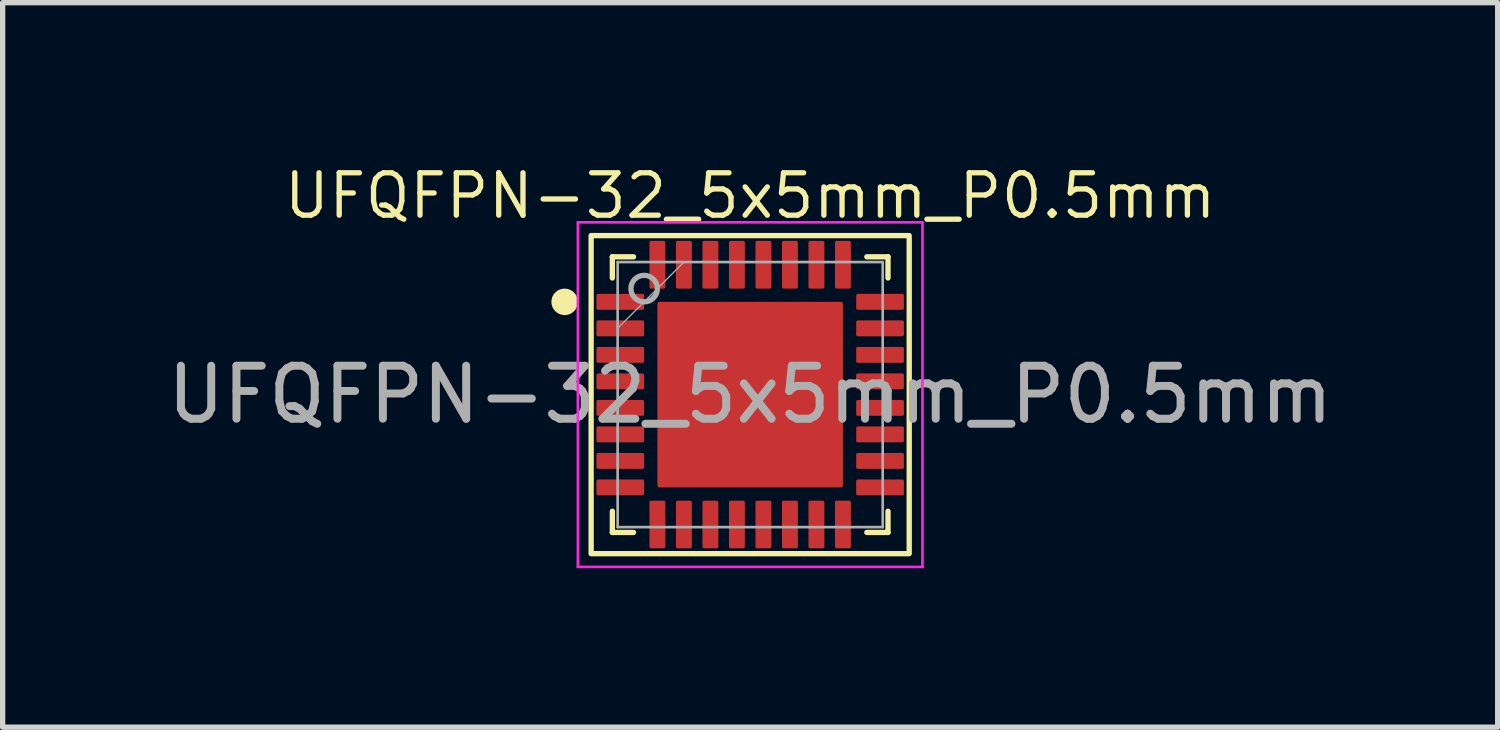
<source format=kicad_pcb>
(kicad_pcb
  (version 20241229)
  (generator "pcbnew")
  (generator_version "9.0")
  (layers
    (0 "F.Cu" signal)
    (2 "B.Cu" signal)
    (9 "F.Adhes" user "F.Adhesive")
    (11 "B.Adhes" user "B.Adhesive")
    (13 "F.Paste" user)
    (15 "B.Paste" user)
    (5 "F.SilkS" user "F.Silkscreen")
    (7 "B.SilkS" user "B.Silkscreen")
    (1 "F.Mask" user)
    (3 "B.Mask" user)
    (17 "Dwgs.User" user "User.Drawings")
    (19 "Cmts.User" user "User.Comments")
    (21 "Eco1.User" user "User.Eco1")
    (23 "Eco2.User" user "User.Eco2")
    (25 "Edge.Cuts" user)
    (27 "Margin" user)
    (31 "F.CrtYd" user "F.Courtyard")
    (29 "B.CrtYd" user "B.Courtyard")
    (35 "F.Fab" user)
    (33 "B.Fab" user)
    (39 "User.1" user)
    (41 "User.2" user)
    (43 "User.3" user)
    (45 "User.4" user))
  (footprint "UFQFPN-32_5x5mm_P0.5mm"
    (layer "F.Cu")
    (at 11.101 4.394)
    (property "Reference" "UFQFPN-32_5x5mm_P0.5mm" (at 0 -3.75 0) (unlocked yes) (layer "F.SilkS") (effects (font (size 0.8 0.8) (thickness 0.1))))
    (attr smd)
    (fp_line (start -2.6 -2.6) (end -2.6 -2.2) (stroke (width 0.1) (type solid)) (layer "F.SilkS"))
    (fp_line (start -2.6 2.2) (end -2.6 2.6) (stroke (width 0.1) (type solid)) (layer "F.SilkS"))
    (fp_line (start -2.6 2.6) (end -2.2 2.6) (stroke (width 0.1) (type solid)) (layer "F.SilkS"))
    (fp_line (start -2.2 -2.6) (end -2.6 -2.6) (stroke (width 0.1) (type solid)) (layer "F.SilkS"))
    (fp_line (start 2.2 2.6) (end 2.6 2.6) (stroke (width 0.1) (type solid)) (layer "F.SilkS"))
    (fp_line (start 2.6 -2.6) (end 2.2 -2.6) (stroke (width 0.1) (type solid)) (layer "F.SilkS"))
    (fp_line (start 2.6 -2.2) (end 2.6 -2.6) (stroke (width 0.1) (type solid)) (layer "F.SilkS"))
    (fp_line (start 2.6 2.6) (end 2.6 2.2) (stroke (width 0.1) (type solid)) (layer "F.SilkS"))
    (fp_rect (start -3 -3) (end 3 3) (stroke (width 0.1) (type solid)) (fill no) (layer "F.SilkS"))
    (fp_circle (center -3.5 -1.75) (end -3.25 -1.75) (stroke (width 0) (type solid)) (fill yes) (layer "F.SilkS"))
    (fp_poly (pts (xy -1.628 -1.628) (xy -1.628 -0.125) (xy -0.125 -0.125) (xy -0.125 -1.628)) (stroke (width 0) (type solid)) (fill yes) (layer "F.Paste"))
    (fp_poly (pts (xy -1.628 0.125) (xy -1.628 1.628) (xy -0.125 1.628) (xy -0.125 0.125)) (stroke (width 0) (type solid)) (fill yes) (layer "F.Paste"))
    (fp_poly (pts (xy 0.125 -1.628) (xy 0.125 -0.125) (xy 1.628 -0.125) (xy 1.628 -1.628)) (stroke (width 0) (type solid)) (fill yes) (layer "F.Paste"))
    (fp_poly (pts (xy 0.15 0.125) (xy 0.15 1.628) (xy 1.628 1.628) (xy 1.628 0.125)) (stroke (width 0) (type solid)) (fill yes) (layer "F.Paste"))
    (fp_line (start -3.25 -3.25) (end 3.25 -3.25) (stroke (width 0.05) (type solid)) (layer "F.CrtYd"))
    (fp_line (start -3.25 3.25) (end -3.25 -3.25) (stroke (width 0.05) (type solid)) (layer "F.CrtYd"))
    (fp_line (start 3.25 -3.25) (end 3.25 3.25) (stroke (width 0.05) (type solid)) (layer "F.CrtYd"))
    (fp_line (start 3.25 3.25) (end -3.25 3.25) (stroke (width 0.05) (type solid)) (layer "F.CrtYd"))
    (fp_line (start -2.502 -2.502) (end -2.502 -2.502) (stroke (width 0.025) (type solid)) (layer "F.Fab"))
    (fp_line (start -2.502 -1.89) (end -2.502 -1.89) (stroke (width 0.025) (type solid)) (layer "F.Fab"))
    (fp_line (start -2.502 -1.89) (end -2.502 -1.611) (stroke (width 0.025) (type solid)) (layer "F.Fab"))
    (fp_line (start -2.502 -1.611) (end -2.502 -1.89) (stroke (width 0.025) (type solid)) (layer "F.Fab"))
    (fp_line (start -2.502 -1.611) (end -2.502 -1.611) (stroke (width 0.025) (type solid)) (layer "F.Fab"))
    (fp_line (start -2.502 -1.39) (end -2.502 -1.39) (stroke (width 0.025) (type solid)) (layer "F.Fab"))
    (fp_line (start -2.502 -1.39) (end -2.502 -1.111) (stroke (width 0.025) (type solid)) (layer "F.Fab"))
    (fp_line (start -2.502 -1.111) (end -2.502 -1.39) (stroke (width 0.025) (type solid)) (layer "F.Fab"))
    (fp_line (start -2.502 -1.111) (end -2.502 -1.111) (stroke (width 0.025) (type solid)) (layer "F.Fab"))
    (fp_line (start -2.502 -0.89) (end -2.502 -0.89) (stroke (width 0.025) (type solid)) (layer "F.Fab"))
    (fp_line (start -2.502 -0.89) (end -2.502 -0.61) (stroke (width 0.025) (type solid)) (layer "F.Fab"))
    (fp_line (start -2.502 -0.61) (end -2.502 -0.89) (stroke (width 0.025) (type solid)) (layer "F.Fab"))
    (fp_line (start -2.502 -0.61) (end -2.502 -0.61) (stroke (width 0.025) (type solid)) (layer "F.Fab"))
    (fp_line (start -2.502 -0.39) (end -2.502 -0.39) (stroke (width 0.025) (type solid)) (layer "F.Fab"))
    (fp_line (start -2.502 -0.39) (end -2.502 -0.11) (stroke (width 0.025) (type solid)) (layer "F.Fab"))
    (fp_line (start -2.502 -0.11) (end -2.502 -0.39) (stroke (width 0.025) (type solid)) (layer "F.Fab"))
    (fp_line (start -2.502 -0.11) (end -2.502 -0.11) (stroke (width 0.025) (type solid)) (layer "F.Fab"))
    (fp_line (start -2.502 0.11) (end -2.502 0.11) (stroke (width 0.025) (type solid)) (layer "F.Fab"))
    (fp_line (start -2.502 0.11) (end -2.502 0.39) (stroke (width 0.025) (type solid)) (layer "F.Fab"))
    (fp_line (start -2.502 0.39) (end -2.502 0.11) (stroke (width 0.025) (type solid)) (layer "F.Fab"))
    (fp_line (start -2.502 0.39) (end -2.502 0.39) (stroke (width 0.025) (type solid)) (layer "F.Fab"))
    (fp_line (start -2.502 0.61) (end -2.502 0.61) (stroke (width 0.025) (type solid)) (layer "F.Fab"))
    (fp_line (start -2.502 0.61) (end -2.502 0.89) (stroke (width 0.025) (type solid)) (layer "F.Fab"))
    (fp_line (start -2.502 0.89) (end -2.502 0.61) (stroke (width 0.025) (type solid)) (layer "F.Fab"))
    (fp_line (start -2.502 0.89) (end -2.502 0.89) (stroke (width 0.025) (type solid)) (layer "F.Fab"))
    (fp_line (start -2.502 1.111) (end -2.502 1.111) (stroke (width 0.025) (type solid)) (layer "F.Fab"))
    (fp_line (start -2.502 1.111) (end -2.502 1.39) (stroke (width 0.025) (type solid)) (layer "F.Fab"))
    (fp_line (start -2.502 1.39) (end -2.502 1.111) (stroke (width 0.025) (type solid)) (layer "F.Fab"))
    (fp_line (start -2.502 1.39) (end -2.502 1.39) (stroke (width 0.025) (type solid)) (layer "F.Fab"))
    (fp_line (start -2.502 1.611) (end -2.502 1.611) (stroke (width 0.025) (type solid)) (layer "F.Fab"))
    (fp_line (start -2.502 1.611) (end -2.502 1.89) (stroke (width 0.025) (type solid)) (layer "F.Fab"))
    (fp_line (start -2.502 1.89) (end -2.502 1.611) (stroke (width 0.025) (type solid)) (layer "F.Fab"))
    (fp_line (start -2.502 1.89) (end -2.502 1.89) (stroke (width 0.025) (type solid)) (layer "F.Fab"))
    (fp_line (start -2.502 2.502) (end -2.502 2.502) (stroke (width 0.025) (type solid)) (layer "F.Fab"))
    (fp_line (start -2.5 -2.5) (end -2.5 2.5) (stroke (width 0.05) (type solid)) (layer "F.Fab"))
    (fp_line (start -2.5 -1.25) (end -1.25 -2.5) (stroke (width 0.025) (type solid)) (layer "F.Fab"))
    (fp_line (start -2.5 2.5) (end 2.5 2.5) (stroke (width 0.05) (type solid)) (layer "F.Fab"))
    (fp_line (start -1.89 -2.502) (end -1.89 -2.502) (stroke (width 0.025) (type solid)) (layer "F.Fab"))
    (fp_line (start -1.89 -2.502) (end -1.611 -2.502) (stroke (width 0.025) (type solid)) (layer "F.Fab"))
    (fp_line (start -1.89 2.502) (end -1.89 2.502) (stroke (width 0.025) (type solid)) (layer "F.Fab"))
    (fp_line (start -1.89 2.502) (end -1.611 2.502) (stroke (width 0.025) (type solid)) (layer "F.Fab"))
    (fp_line (start -1.611 -2.502) (end -1.89 -2.502) (stroke (width 0.025) (type solid)) (layer "F.Fab"))
    (fp_line (start -1.611 -2.502) (end -1.611 -2.502) (stroke (width 0.025) (type solid)) (layer "F.Fab"))
    (fp_line (start -1.611 2.502) (end -1.89 2.502) (stroke (width 0.025) (type solid)) (layer "F.Fab"))
    (fp_line (start -1.611 2.502) (end -1.611 2.502) (stroke (width 0.025) (type solid)) (layer "F.Fab"))
    (fp_line (start -1.39 -2.502) (end -1.39 -2.502) (stroke (width 0.025) (type solid)) (layer "F.Fab"))
    (fp_line (start -1.39 -2.502) (end -1.111 -2.502) (stroke (width 0.025) (type solid)) (layer "F.Fab"))
    (fp_line (start -1.39 2.502) (end -1.39 2.502) (stroke (width 0.025) (type solid)) (layer "F.Fab"))
    (fp_line (start -1.39 2.502) (end -1.111 2.502) (stroke (width 0.025) (type solid)) (layer "F.Fab"))
    (fp_line (start -1.111 -2.502) (end -1.39 -2.502) (stroke (width 0.025) (type solid)) (layer "F.Fab"))
    (fp_line (start -1.111 -2.502) (end -1.111 -2.502) (stroke (width 0.025) (type solid)) (layer "F.Fab"))
    (fp_line (start -1.111 2.502) (end -1.39 2.502) (stroke (width 0.025) (type solid)) (layer "F.Fab"))
    (fp_line (start -1.111 2.502) (end -1.111 2.502) (stroke (width 0.025) (type solid)) (layer "F.Fab"))
    (fp_line (start -0.89 -2.502) (end -0.89 -2.502) (stroke (width 0.025) (type solid)) (layer "F.Fab"))
    (fp_line (start -0.89 -2.502) (end -0.61 -2.502) (stroke (width 0.025) (type solid)) (layer "F.Fab"))
    (fp_line (start -0.89 2.502) (end -0.89 2.502) (stroke (width 0.025) (type solid)) (layer "F.Fab"))
    (fp_line (start -0.89 2.502) (end -0.61 2.502) (stroke (width 0.025) (type solid)) (layer "F.Fab"))
    (fp_line (start -0.61 -2.502) (end -0.89 -2.502) (stroke (width 0.025) (type solid)) (layer "F.Fab"))
    (fp_line (start -0.61 -2.502) (end -0.61 -2.502) (stroke (width 0.025) (type solid)) (layer "F.Fab"))
    (fp_line (start -0.61 2.502) (end -0.89 2.502) (stroke (width 0.025) (type solid)) (layer "F.Fab"))
    (fp_line (start -0.61 2.502) (end -0.61 2.502) (stroke (width 0.025) (type solid)) (layer "F.Fab"))
    (fp_line (start -0.39 -2.502) (end -0.39 -2.502) (stroke (width 0.025) (type solid)) (layer "F.Fab"))
    (fp_line (start -0.39 -2.502) (end -0.11 -2.502) (stroke (width 0.025) (type solid)) (layer "F.Fab"))
    (fp_line (start -0.39 2.502) (end -0.39 2.502) (stroke (width 0.025) (type solid)) (layer "F.Fab"))
    (fp_line (start -0.39 2.502) (end -0.11 2.502) (stroke (width 0.025) (type solid)) (layer "F.Fab"))
    (fp_line (start -0.11 -2.502) (end -0.39 -2.502) (stroke (width 0.025) (type solid)) (layer "F.Fab"))
    (fp_line (start -0.11 -2.502) (end -0.11 -2.502) (stroke (width 0.025) (type solid)) (layer "F.Fab"))
    (fp_line (start -0.11 2.502) (end -0.39 2.502) (stroke (width 0.025) (type solid)) (layer "F.Fab"))
    (fp_line (start -0.11 2.502) (end -0.11 2.502) (stroke (width 0.025) (type solid)) (layer "F.Fab"))
    (fp_line (start 0.11 -2.502) (end 0.11 -2.502) (stroke (width 0.025) (type solid)) (layer "F.Fab"))
    (fp_line (start 0.11 -2.502) (end 0.39 -2.502) (stroke (width 0.025) (type solid)) (layer "F.Fab"))
    (fp_line (start 0.11 2.502) (end 0.11 2.502) (stroke (width 0.025) (type solid)) (layer "F.Fab"))
    (fp_line (start 0.11 2.502) (end 0.39 2.502) (stroke (width 0.025) (type solid)) (layer "F.Fab"))
    (fp_line (start 0.39 -2.502) (end 0.11 -2.502) (stroke (width 0.025) (type solid)) (layer "F.Fab"))
    (fp_line (start 0.39 -2.502) (end 0.39 -2.502) (stroke (width 0.025) (type solid)) (layer "F.Fab"))
    (fp_line (start 0.39 2.502) (end 0.11 2.502) (stroke (width 0.025) (type solid)) (layer "F.Fab"))
    (fp_line (start 0.39 2.502) (end 0.39 2.502) (stroke (width 0.025) (type solid)) (layer "F.Fab"))
    (fp_line (start 0.61 -2.502) (end 0.61 -2.502) (stroke (width 0.025) (type solid)) (layer "F.Fab"))
    (fp_line (start 0.61 -2.502) (end 0.89 -2.502) (stroke (width 0.025) (type solid)) (layer "F.Fab"))
    (fp_line (start 0.61 2.502) (end 0.61 2.502) (stroke (width 0.025) (type solid)) (layer "F.Fab"))
    (fp_line (start 0.61 2.502) (end 0.89 2.502) (stroke (width 0.025) (type solid)) (layer "F.Fab"))
    (fp_line (start 0.89 -2.502) (end 0.61 -2.502) (stroke (width 0.025) (type solid)) (layer "F.Fab"))
    (fp_line (start 0.89 -2.502) (end 0.89 -2.502) (stroke (width 0.025) (type solid)) (layer "F.Fab"))
    (fp_line (start 0.89 2.502) (end 0.61 2.502) (stroke (width 0.025) (type solid)) (layer "F.Fab"))
    (fp_line (start 0.89 2.502) (end 0.89 2.502) (stroke (width 0.025) (type solid)) (layer "F.Fab"))
    (fp_line (start 1.111 -2.502) (end 1.111 -2.502) (stroke (width 0.025) (type solid)) (layer "F.Fab"))
    (fp_line (start 1.111 -2.502) (end 1.39 -2.502) (stroke (width 0.025) (type solid)) (layer "F.Fab"))
    (fp_line (start 1.111 2.502) (end 1.111 2.502) (stroke (width 0.025) (type solid)) (layer "F.Fab"))
    (fp_line (start 1.111 2.502) (end 1.39 2.502) (stroke (width 0.025) (type solid)) (layer "F.Fab"))
    (fp_line (start 1.39 -2.502) (end 1.111 -2.502) (stroke (width 0.025) (type solid)) (layer "F.Fab"))
    (fp_line (start 1.39 -2.502) (end 1.39 -2.502) (stroke (width 0.025) (type solid)) (layer "F.Fab"))
    (fp_line (start 1.39 2.502) (end 1.111 2.502) (stroke (width 0.025) (type solid)) (layer "F.Fab"))
    (fp_line (start 1.39 2.502) (end 1.39 2.502) (stroke (width 0.025) (type solid)) (layer "F.Fab"))
    (fp_line (start 1.611 -2.502) (end 1.611 -2.502) (stroke (width 0.025) (type solid)) (layer "F.Fab"))
    (fp_line (start 1.611 -2.502) (end 1.89 -2.502) (stroke (width 0.025) (type solid)) (layer "F.Fab"))
    (fp_line (start 1.611 2.502) (end 1.611 2.502) (stroke (width 0.025) (type solid)) (layer "F.Fab"))
    (fp_line (start 1.611 2.502) (end 1.89 2.502) (stroke (width 0.025) (type solid)) (layer "F.Fab"))
    (fp_line (start 1.89 -2.502) (end 1.611 -2.502) (stroke (width 0.025) (type solid)) (layer "F.Fab"))
    (fp_line (start 1.89 -2.502) (end 1.89 -2.502) (stroke (width 0.025) (type solid)) (layer "F.Fab"))
    (fp_line (start 1.89 2.502) (end 1.611 2.502) (stroke (width 0.025) (type solid)) (layer "F.Fab"))
    (fp_line (start 1.89 2.502) (end 1.89 2.502) (stroke (width 0.025) (type solid)) (layer "F.Fab"))
    (fp_line (start 2.5 -2.5) (end -2.5 -2.5) (stroke (width 0.05) (type solid)) (layer "F.Fab"))
    (fp_line (start 2.5 2.5) (end 2.5 -2.5) (stroke (width 0.05) (type solid)) (layer "F.Fab"))
    (fp_line (start 2.502 -2.502) (end 2.502 -2.502) (stroke (width 0.025) (type solid)) (layer "F.Fab"))
    (fp_line (start 2.502 -1.89) (end 2.502 -1.89) (stroke (width 0.025) (type solid)) (layer "F.Fab"))
    (fp_line (start 2.502 -1.89) (end 2.502 -1.611) (stroke (width 0.025) (type solid)) (layer "F.Fab"))
    (fp_line (start 2.502 -1.611) (end 2.502 -1.89) (stroke (width 0.025) (type solid)) (layer "F.Fab"))
    (fp_line (start 2.502 -1.611) (end 2.502 -1.611) (stroke (width 0.025) (type solid)) (layer "F.Fab"))
    (fp_line (start 2.502 -1.39) (end 2.502 -1.39) (stroke (width 0.025) (type solid)) (layer "F.Fab"))
    (fp_line (start 2.502 -1.39) (end 2.502 -1.111) (stroke (width 0.025) (type solid)) (layer "F.Fab"))
    (fp_line (start 2.502 -1.111) (end 2.502 -1.39) (stroke (width 0.025) (type solid)) (layer "F.Fab"))
    (fp_line (start 2.502 -1.111) (end 2.502 -1.111) (stroke (width 0.025) (type solid)) (layer "F.Fab"))
    (fp_line (start 2.502 -0.89) (end 2.502 -0.89) (stroke (width 0.025) (type solid)) (layer "F.Fab"))
    (fp_line (start 2.502 -0.89) (end 2.502 -0.61) (stroke (width 0.025) (type solid)) (layer "F.Fab"))
    (fp_line (start 2.502 -0.61) (end 2.502 -0.89) (stroke (width 0.025) (type solid)) (layer "F.Fab"))
    (fp_line (start 2.502 -0.61) (end 2.502 -0.61) (stroke (width 0.025) (type solid)) (layer "F.Fab"))
    (fp_line (start 2.502 -0.39) (end 2.502 -0.39) (stroke (width 0.025) (type solid)) (layer "F.Fab"))
    (fp_line (start 2.502 -0.39) (end 2.502 -0.11) (stroke (width 0.025) (type solid)) (layer "F.Fab"))
    (fp_line (start 2.502 -0.11) (end 2.502 -0.39) (stroke (width 0.025) (type solid)) (layer "F.Fab"))
    (fp_line (start 2.502 -0.11) (end 2.502 -0.11) (stroke (width 0.025) (type solid)) (layer "F.Fab"))
    (fp_line (start 2.502 0.11) (end 2.502 0.11) (stroke (width 0.025) (type solid)) (layer "F.Fab"))
    (fp_line (start 2.502 0.11) (end 2.502 0.39) (stroke (width 0.025) (type solid)) (layer "F.Fab"))
    (fp_line (start 2.502 0.39) (end 2.502 0.11) (stroke (width 0.025) (type solid)) (layer "F.Fab"))
    (fp_line (start 2.502 0.39) (end 2.502 0.39) (stroke (width 0.025) (type solid)) (layer "F.Fab"))
    (fp_line (start 2.502 0.61) (end 2.502 0.61) (stroke (width 0.025) (type solid)) (layer "F.Fab"))
    (fp_line (start 2.502 0.61) (end 2.502 0.89) (stroke (width 0.025) (type solid)) (layer "F.Fab"))
    (fp_line (start 2.502 0.89) (end 2.502 0.61) (stroke (width 0.025) (type solid)) (layer "F.Fab"))
    (fp_line (start 2.502 0.89) (end 2.502 0.89) (stroke (width 0.025) (type solid)) (layer "F.Fab"))
    (fp_line (start 2.502 1.111) (end 2.502 1.111) (stroke (width 0.025) (type solid)) (layer "F.Fab"))
    (fp_line (start 2.502 1.111) (end 2.502 1.39) (stroke (width 0.025) (type solid)) (layer "F.Fab"))
    (fp_line (start 2.502 1.39) (end 2.502 1.111) (stroke (width 0.025) (type solid)) (layer "F.Fab"))
    (fp_line (start 2.502 1.39) (end 2.502 1.39) (stroke (width 0.025) (type solid)) (layer "F.Fab"))
    (fp_line (start 2.502 1.611) (end 2.502 1.611) (stroke (width 0.025) (type solid)) (layer "F.Fab"))
    (fp_line (start 2.502 1.611) (end 2.502 1.89) (stroke (width 0.025) (type solid)) (layer "F.Fab"))
    (fp_line (start 2.502 1.89) (end 2.502 1.611) (stroke (width 0.025) (type solid)) (layer "F.Fab"))
    (fp_line (start 2.502 1.89) (end 2.502 1.89) (stroke (width 0.025) (type solid)) (layer "F.Fab"))
    (fp_line (start 2.502 2.502) (end 2.502 2.502) (stroke (width 0.025) (type solid)) (layer "F.Fab"))
    (fp_circle (center -2 -2) (end -1.75 -2) (stroke (width 0.1) (type solid)) (fill no) (layer "F.Fab"))
    (fp_text user "${REFERENCE}" (at 0 0 0) (unlocked yes) (layer "F.Fab") (effects (font (size 1 1) (thickness 0.15))))
    (pad "1" smd roundrect (at -2.45 -1.75 90) (size 0.3 0.9) (layers "F.Cu" "F.Mask" "F.Paste") (roundrect_rratio 0.1))
    (pad "2" smd roundrect (at -2.45 -1.25 90) (size 0.3 0.9) (layers "F.Cu" "F.Mask" "F.Paste") (roundrect_rratio 0.1))
    (pad "3" smd roundrect (at -2.45 -0.75 90) (size 0.3 0.9) (layers "F.Cu" "F.Mask" "F.Paste") (roundrect_rratio 0.1))
    (pad "4" smd roundrect (at -2.45 -0.25 90) (size 0.3 0.9) (layers "F.Cu" "F.Mask" "F.Paste") (roundrect_rratio 0.1))
    (pad "5" smd roundrect (at -2.45 0.25 90) (size 0.3 0.9) (layers "F.Cu" "F.Mask" "F.Paste") (roundrect_rratio 0.1))
    (pad "6" smd roundrect (at -2.45 0.75 90) (size 0.3 0.9) (layers "F.Cu" "F.Mask" "F.Paste") (roundrect_rratio 0.1))
    (pad "7" smd roundrect (at -2.45 1.25 90) (size 0.3 0.9) (layers "F.Cu" "F.Mask" "F.Paste") (roundrect_rratio 0.1))
    (pad "8" smd roundrect (at -2.45 1.75 90) (size 0.3 0.9) (layers "F.Cu" "F.Mask" "F.Paste") (roundrect_rratio 0.1))
    (pad "9" smd roundrect (at -1.75 2.45) (size 0.3 0.9) (layers "F.Cu" "F.Mask" "F.Paste") (roundrect_rratio 0.1))
    (pad "10" smd roundrect (at -1.25 2.45) (size 0.3 0.9) (layers "F.Cu" "F.Mask" "F.Paste") (roundrect_rratio 0.1))
    (pad "11" smd roundrect (at -0.75 2.45) (size 0.3 0.9) (layers "F.Cu" "F.Mask" "F.Paste") (roundrect_rratio 0.1))
    (pad "12" smd roundrect (at -0.25 2.45) (size 0.3 0.9) (layers "F.Cu" "F.Mask" "F.Paste") (roundrect_rratio 0.1))
    (pad "13" smd roundrect (at 0.25 2.45) (size 0.3 0.9) (layers "F.Cu" "F.Mask" "F.Paste") (roundrect_rratio 0.1))
    (pad "14" smd roundrect (at 0.75 2.45) (size 0.3 0.9) (layers "F.Cu" "F.Mask" "F.Paste") (roundrect_rratio 0.1))
    (pad "15" smd roundrect (at 1.25 2.45) (size 0.3 0.9) (layers "F.Cu" "F.Mask" "F.Paste") (roundrect_rratio 0.1))
    (pad "16" smd roundrect (at 1.75 2.45) (size 0.3 0.9) (layers "F.Cu" "F.Mask" "F.Paste") (roundrect_rratio 0.1))
    (pad "17" smd roundrect (at 2.45 1.75 90) (size 0.3 0.9) (layers "F.Cu" "F.Mask" "F.Paste") (roundrect_rratio 0.1))
    (pad "18" smd roundrect (at 2.45 1.25 90) (size 0.3 0.9) (layers "F.Cu" "F.Mask" "F.Paste") (roundrect_rratio 0.1))
    (pad "19" smd roundrect (at 2.45 0.75 90) (size 0.3 0.9) (layers "F.Cu" "F.Mask" "F.Paste") (roundrect_rratio 0.1))
    (pad "20" smd roundrect (at 2.45 0.25 90) (size 0.3 0.9) (layers "F.Cu" "F.Mask" "F.Paste") (roundrect_rratio 0.1))
    (pad "21" smd roundrect (at 2.45 -0.25 90) (size 0.3 0.9) (layers "F.Cu" "F.Mask" "F.Paste") (roundrect_rratio 0.1))
    (pad "22" smd roundrect (at 2.45 -0.75 90) (size 0.3 0.9) (layers "F.Cu" "F.Mask" "F.Paste") (roundrect_rratio 0.1))
    (pad "23" smd roundrect (at 2.45 -1.25 90) (size 0.3 0.9) (layers "F.Cu" "F.Mask" "F.Paste") (roundrect_rratio 0.1))
    (pad "24" smd roundrect (at 2.45 -1.75 90) (size 0.3 0.9) (layers "F.Cu" "F.Mask" "F.Paste") (roundrect_rratio 0.1))
    (pad "25" smd roundrect (at 1.75 -2.45) (size 0.3 0.9) (layers "F.Cu" "F.Mask" "F.Paste") (roundrect_rratio 0.1))
    (pad "26" smd roundrect (at 1.25 -2.45) (size 0.3 0.9) (layers "F.Cu" "F.Mask" "F.Paste") (roundrect_rratio 0.1))
    (pad "27" smd roundrect (at 0.75 -2.45) (size 0.3 0.9) (layers "F.Cu" "F.Mask" "F.Paste") (roundrect_rratio 0.1))
    (pad "28" smd roundrect (at 0.25 -2.45) (size 0.3 0.9) (layers "F.Cu" "F.Mask" "F.Paste") (roundrect_rratio 0.1))
    (pad "29" smd roundrect (at -0.25 -2.45) (size 0.3 0.9) (layers "F.Cu" "F.Mask" "F.Paste") (roundrect_rratio 0.1))
    (pad "30" smd roundrect (at -0.75 -2.45) (size 0.3 0.9) (layers "F.Cu" "F.Mask" "F.Paste") (roundrect_rratio 0.1))
    (pad "31" smd roundrect (at -1.25 -2.45) (size 0.3 0.9) (layers "F.Cu" "F.Mask" "F.Paste") (roundrect_rratio 0.1))
    (pad "32" smd roundrect (at -1.75 -2.45) (size 0.3 0.9) (layers "F.Cu" "F.Mask" "F.Paste") (roundrect_rratio 0.1))
    (pad "PAD" smd roundrect (at 0 0) (size 3.5 3.5) (layers "F.Cu" "F.Mask") (roundrect_rratio 0.01)))
  (gr_rect
    (start -3 -3)
    (end 25.202 10.668)
    (stroke (width 0.1) (type default))
    (fill no)
    (layer "Edge.Cuts")))
</source>
